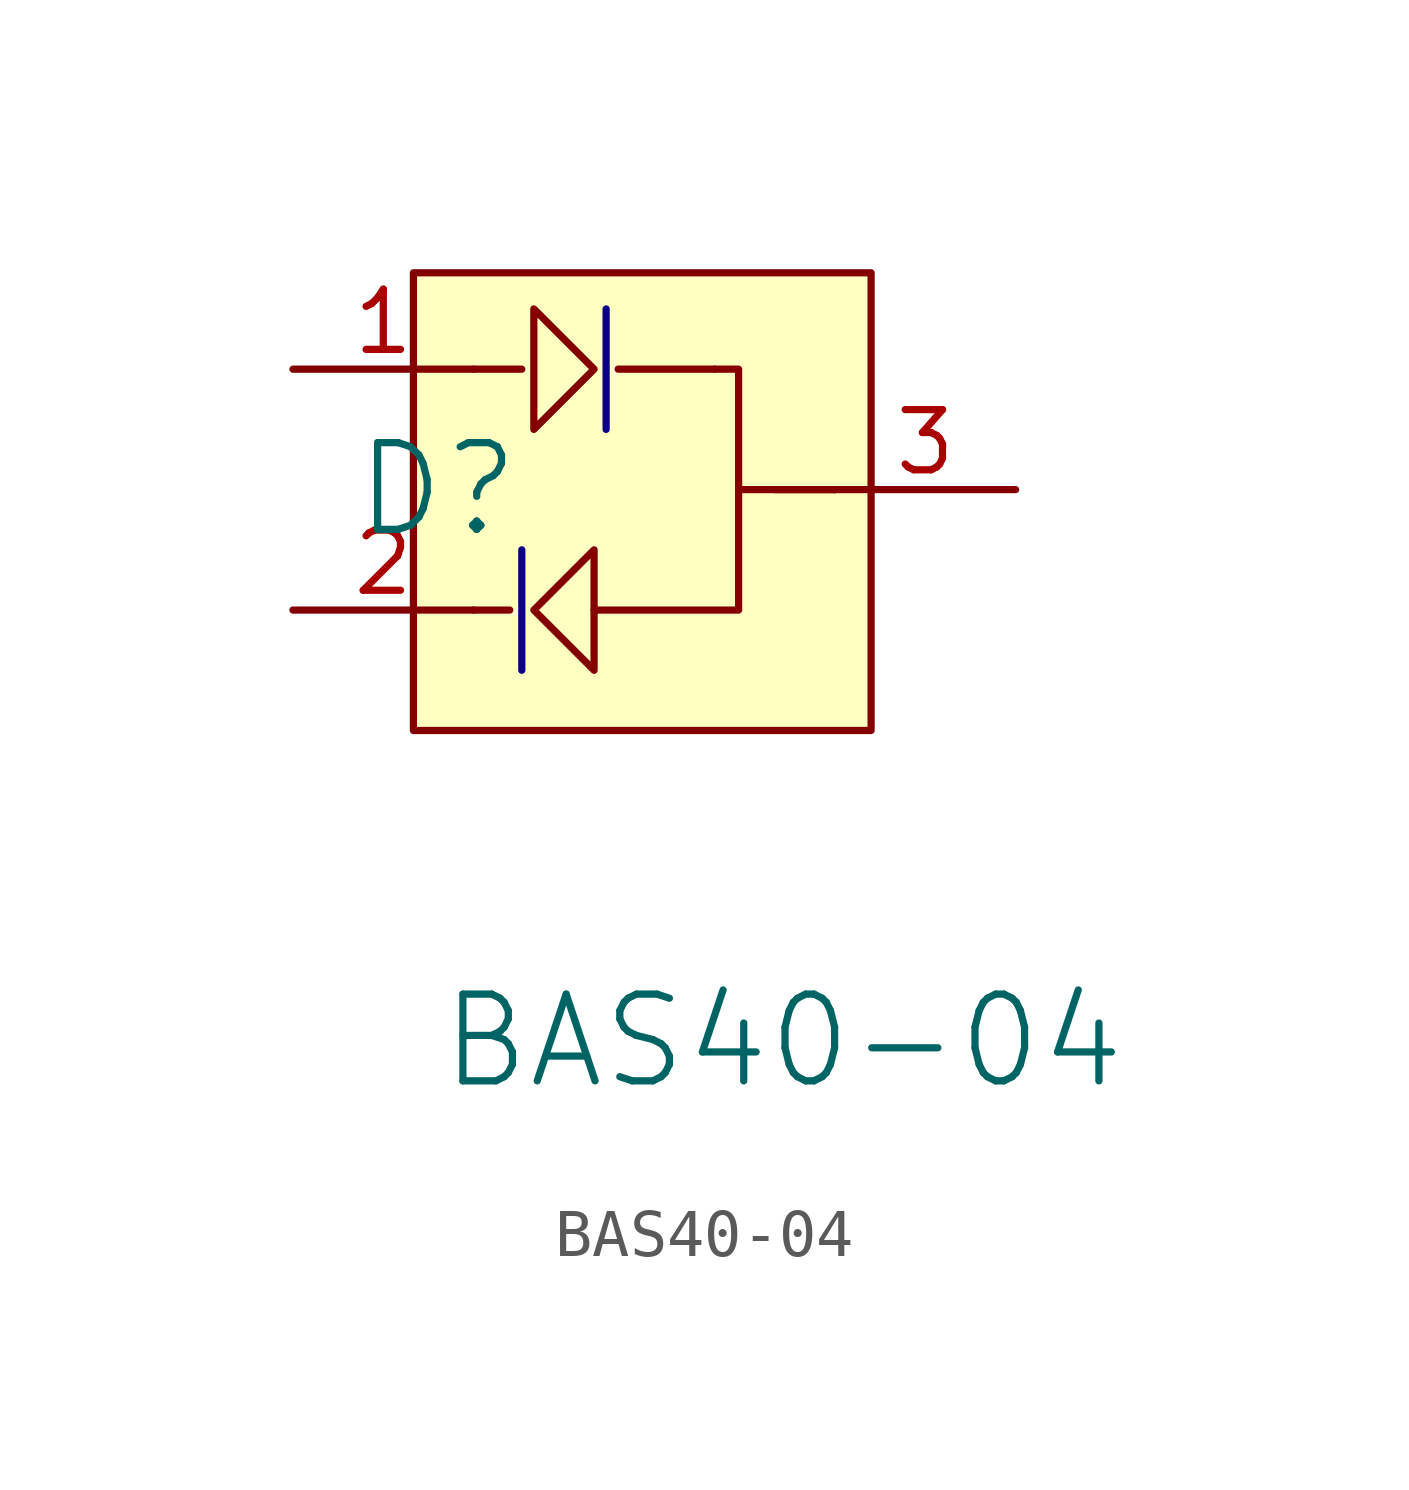
<source format=kicad_sym>
(kicad_symbol_lib
  (version 20241209)
  (generator "kicad_symbol_editor")
  (generator_version "9.0")
  (symbol "BAS40-04"
    (pin_names
      (hide yes))
    (property "Reference" "D"
      (at -4.572 7.62 0)
      (effects (font (size 1.829 1.829))))
    (property "Value" "BAS40-04"
      (at -4.572 -5.08 0)
      (effects (font (size 1.829 1.829)) (justify left bottom)))
    (symbol "BAS40-04_1_0"
      (polyline (pts (xy -3.81 10.16) (xy -2.794 10.16)) (stroke (width 0) (type solid)) (fill (type none)))
      (polyline (pts (xy -3.81 5.08) (xy -3.048 5.08)) (stroke (width 0) (type solid)) (fill (type none)))
      (polyline (pts (xy -2.794 3.81) (xy -2.794 6.35)) (stroke (width 0) (type solid) (color 12 0 135 1)) (fill (type none)))
      (polyline (pts (xy -2.54 11.43) (xy -1.27 10.16) (xy -2.54 8.89) (xy -2.54 11.43)) (stroke (width 0) (type solid)) (fill (type color) (color 66 28 139 1)))
      (polyline (pts (xy -1.27 3.81) (xy -2.54 5.08) (xy -1.27 6.35) (xy -1.27 3.81)) (stroke (width 0) (type solid)) (fill (type color) (color 66 28 139 1)))
      (polyline (pts (xy -1.016 8.89) (xy -1.016 11.43)) (stroke (width 0) (type solid) (color 12 0 135 1)) (fill (type none)))
      (polyline (pts (xy 1.27 10.16) (xy -0.762 10.16)) (stroke (width 0) (type solid)) (fill (type none)))
      (polyline (pts (xy 1.27 10.16) (xy 1.778 10.16) (xy 1.778 5.08) (xy -1.27 5.08)) (stroke (width 0) (type solid)) (fill (type none)))
      (polyline (pts (xy 2.54 7.62) (xy 3.81 7.62)) (stroke (width 0) (type solid)) (fill (type none)))
      (polyline (pts (xy 3.81 7.62) (xy 1.778 7.62)) (stroke (width 0) (type solid)) (fill (type none)))
      (rectangle (start 4.572 12.192) (end -5.08 2.54) (stroke (width 0) (type solid)) (fill (type background)))
      (pin passive line (at -7.62 10.16 0) (length 3.81) (name "0" (effects (font (size 1.27 1.27)))) (number "1" (effects (font (size 1.27 1.27)))))
      (pin passive line (at -7.62 5.08 0) (length 3.81) (name "0" (effects (font (size 1.27 1.27)))) (number "2" (effects (font (size 1.27 1.27)))))
      (pin passive line (at 7.62 7.62 180) (length 3.81) (name "0" (effects (font (size 1.27 1.27)))) (number "3" (effects (font (size 1.27 1.27))))))))
</source>
